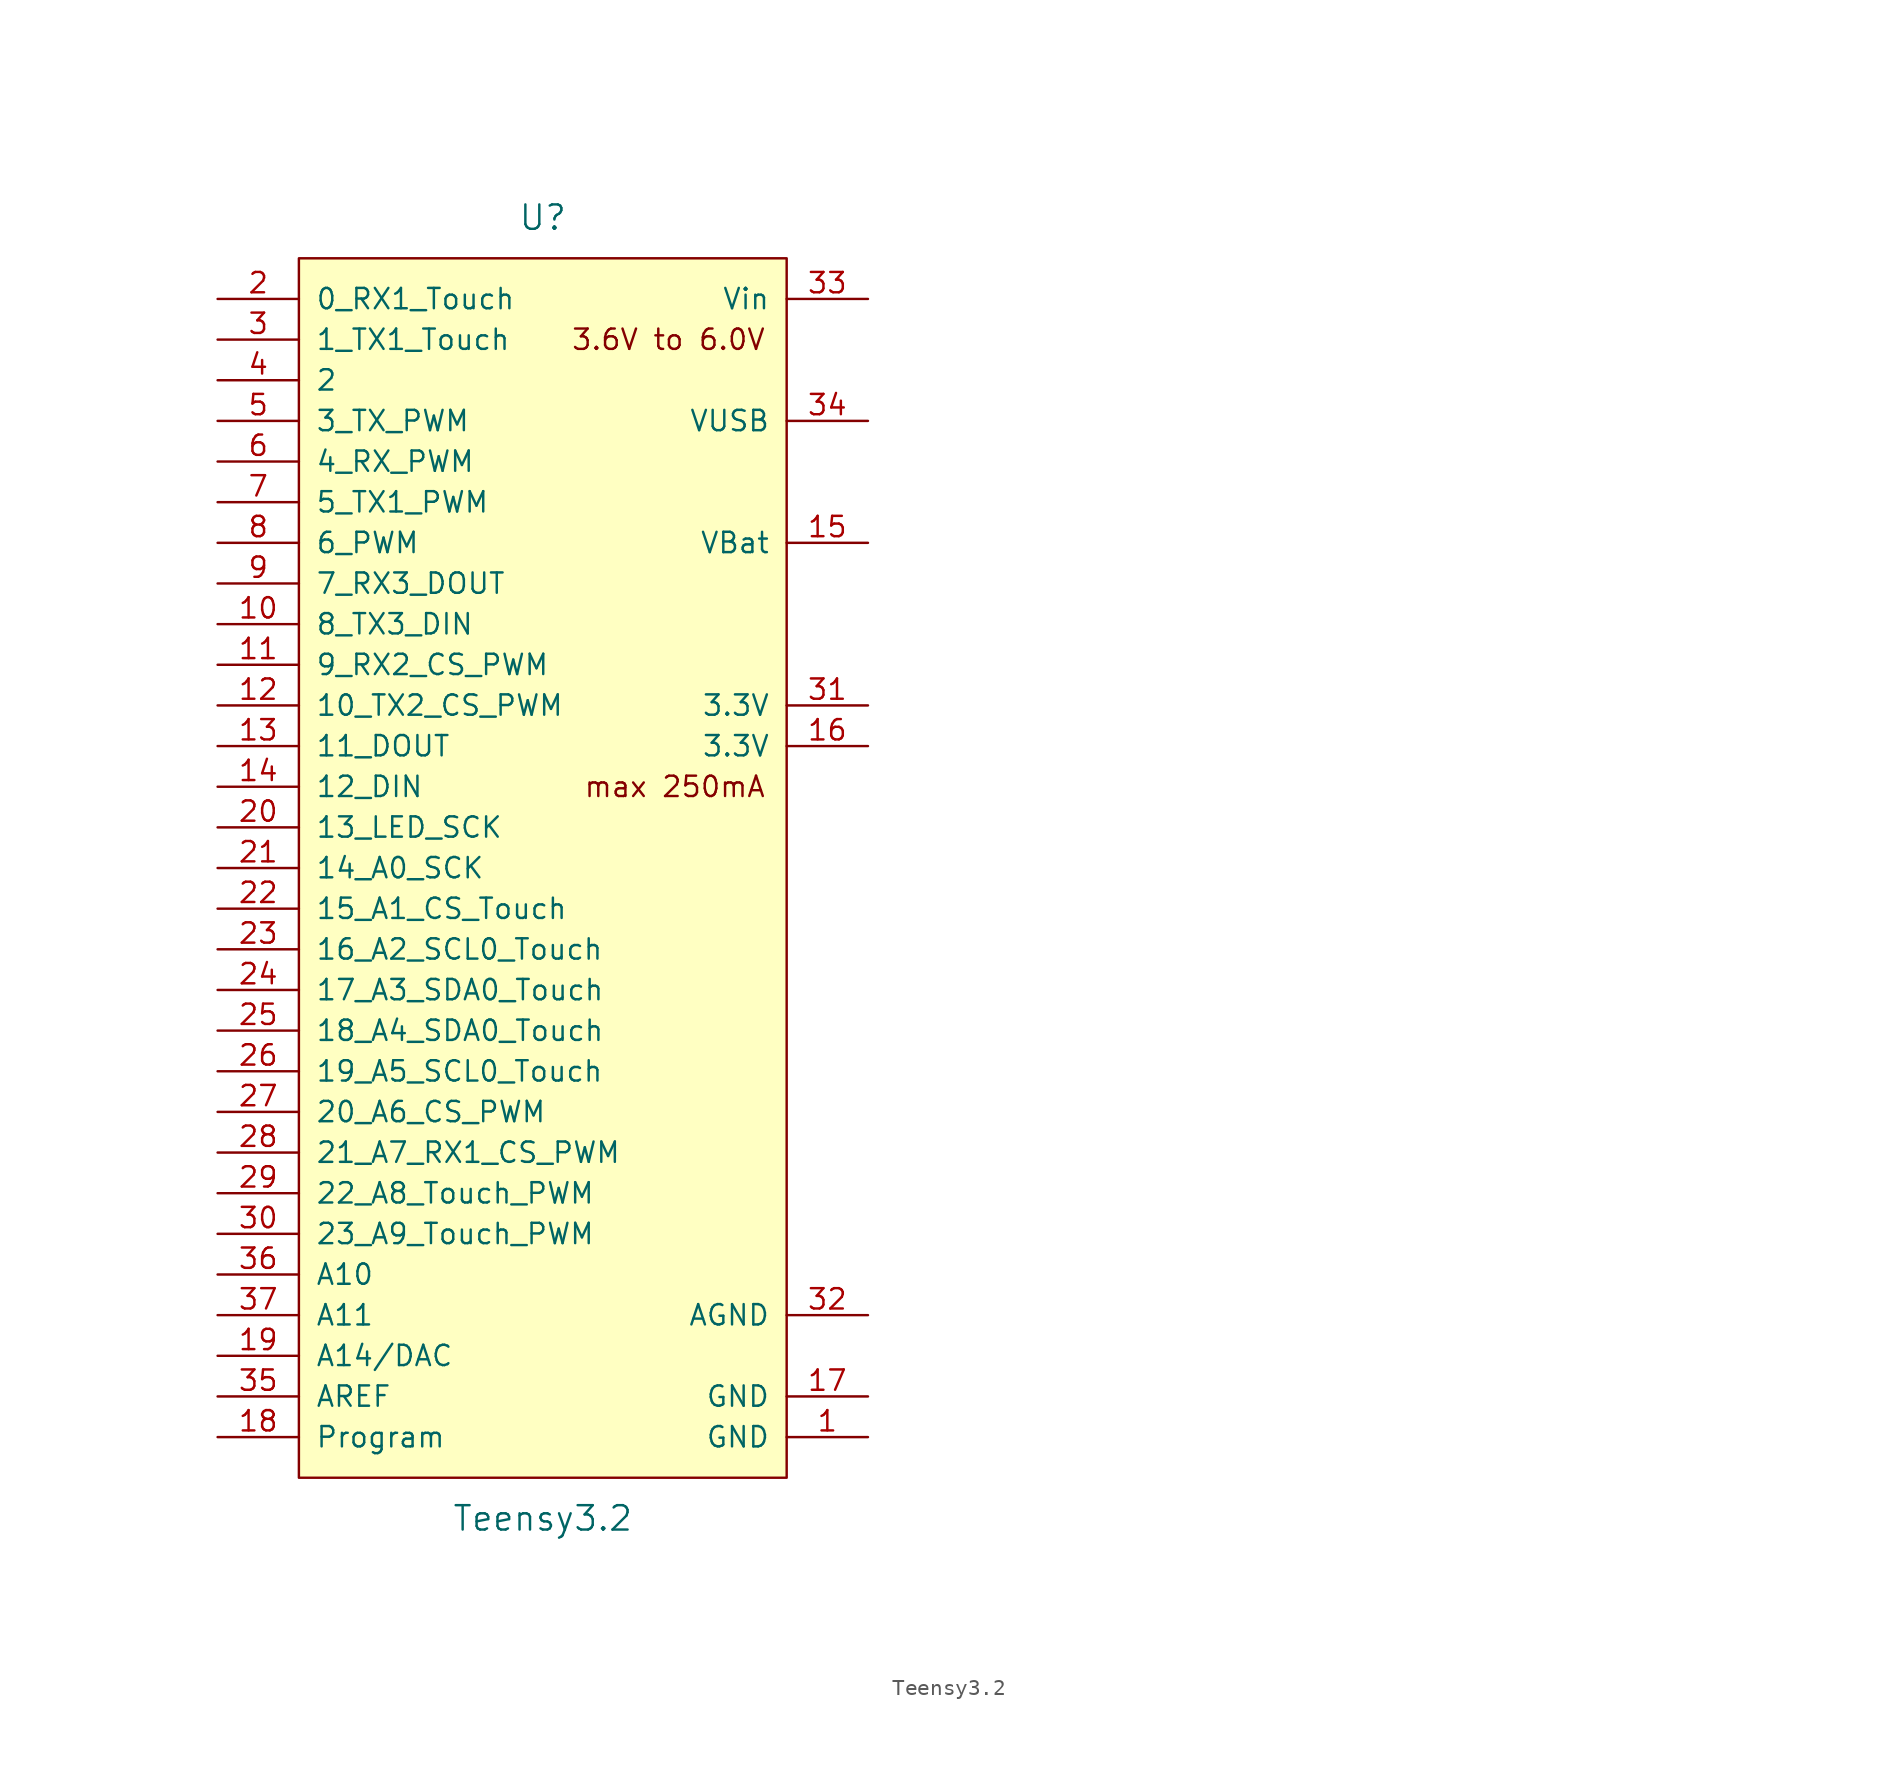
<source format=kicad_sym>
(kicad_symbol_lib
  (version 20211014)
  (generator kicad_symbol_editor)
  (symbol "Teensy3.2"
    (pin_names
      (offset 1.016))
    (property "Reference" "U"
      (at 15.24 5.08 0)
      (effects (font (size 1.524 1.524))))
    (property "Value" "Teensy3.2"
      (at 15.24 -76.2 0)
      (effects (font (size 1.524 1.524))))
    (property "Footprint" ""
      (at 86.36 -29.21 0)
      (effects (font (size 1.524 1.524))))
    (property "Datasheet" ""
      (at 86.36 -29.21 0)
      (effects (font (size 1.524 1.524))))
    (symbol "Teensy3.2_0_0"
      (rectangle (start 0 2.54) (end 30.48 -73.66) (stroke (width 0) (type default) (color 0 0 0 0)) (fill (type background)))
      (text "3.6V to 6.0V" (at 29.21 -2.54 0) (effects (font (size 1.27 1.27)) (justify right)))
      (text "max 250mA" (at 29.21 -30.48 0) (effects (font (size 1.27 1.27)) (justify right))))
    (symbol "Teensy3.2_1_1"
      (pin power_in line (at 35.56 -71.12 180) (length 5.08) (name "GND" (effects (font (size 1.27 1.27)))) (number "1" (effects (font (size 1.27 1.27)))))
      (pin bidirectional line (at -5.08 -20.32 0) (length 5.08) (name "8_TX3_DIN" (effects (font (size 1.27 1.27)))) (number "10" (effects (font (size 1.27 1.27)))))
      (pin bidirectional line (at -5.08 -22.86 0) (length 5.08) (name "9_RX2_CS_PWM" (effects (font (size 1.27 1.27)))) (number "11" (effects (font (size 1.27 1.27)))))
      (pin bidirectional line (at -5.08 -25.4 0) (length 5.08) (name "10_TX2_CS_PWM" (effects (font (size 1.27 1.27)))) (number "12" (effects (font (size 1.27 1.27)))))
      (pin bidirectional line (at -5.08 -27.94 0) (length 5.08) (name "11_DOUT" (effects (font (size 1.27 1.27)))) (number "13" (effects (font (size 1.27 1.27)))))
      (pin bidirectional line (at -5.08 -30.48 0) (length 5.08) (name "12_DIN" (effects (font (size 1.27 1.27)))) (number "14" (effects (font (size 1.27 1.27)))))
      (pin power_in line (at 35.56 -15.24 180) (length 5.08) (name "VBat" (effects (font (size 1.27 1.27)))) (number "15" (effects (font (size 1.27 1.27)))))
      (pin passive line (at 35.56 -27.94 180) (length 5.08) (name "3.3V" (effects (font (size 1.27 1.27)))) (number "16" (effects (font (size 1.27 1.27)))))
      (pin power_in line (at 35.56 -68.58 180) (length 5.08) (name "GND" (effects (font (size 1.27 1.27)))) (number "17" (effects (font (size 1.27 1.27)))))
      (pin input line (at -5.08 -71.12 0) (length 5.08) (name "Program" (effects (font (size 1.27 1.27)))) (number "18" (effects (font (size 1.27 1.27)))))
      (pin bidirectional line (at -5.08 -66.04 0) (length 5.08) (name "A14/DAC" (effects (font (size 1.27 1.27)))) (number "19" (effects (font (size 1.27 1.27)))))
      (pin bidirectional line (at -5.08 0 0) (length 5.08) (name "0_RX1_Touch" (effects (font (size 1.27 1.27)))) (number "2" (effects (font (size 1.27 1.27)))))
      (pin bidirectional line (at -5.08 -33.02 0) (length 5.08) (name "13_LED_SCK" (effects (font (size 1.27 1.27)))) (number "20" (effects (font (size 1.27 1.27)))))
      (pin bidirectional line (at -5.08 -35.56 0) (length 5.08) (name "14_A0_SCK" (effects (font (size 1.27 1.27)))) (number "21" (effects (font (size 1.27 1.27)))))
      (pin bidirectional line (at -5.08 -38.1 0) (length 5.08) (name "15_A1_CS_Touch" (effects (font (size 1.27 1.27)))) (number "22" (effects (font (size 1.27 1.27)))))
      (pin bidirectional line (at -5.08 -40.64 0) (length 5.08) (name "16_A2_SCL0_Touch" (effects (font (size 1.27 1.27)))) (number "23" (effects (font (size 1.27 1.27)))))
      (pin bidirectional line (at -5.08 -43.18 0) (length 5.08) (name "17_A3_SDA0_Touch" (effects (font (size 1.27 1.27)))) (number "24" (effects (font (size 1.27 1.27)))))
      (pin bidirectional line (at -5.08 -45.72 0) (length 5.08) (name "18_A4_SDA0_Touch" (effects (font (size 1.27 1.27)))) (number "25" (effects (font (size 1.27 1.27)))))
      (pin bidirectional line (at -5.08 -48.26 0) (length 5.08) (name "19_A5_SCL0_Touch" (effects (font (size 1.27 1.27)))) (number "26" (effects (font (size 1.27 1.27)))))
      (pin bidirectional line (at -5.08 -50.8 0) (length 5.08) (name "20_A6_CS_PWM" (effects (font (size 1.27 1.27)))) (number "27" (effects (font (size 1.27 1.27)))))
      (pin bidirectional line (at -5.08 -53.34 0) (length 5.08) (name "21_A7_RX1_CS_PWM" (effects (font (size 1.27 1.27)))) (number "28" (effects (font (size 1.27 1.27)))))
      (pin bidirectional line (at -5.08 -55.88 0) (length 5.08) (name "22_A8_Touch_PWM" (effects (font (size 1.27 1.27)))) (number "29" (effects (font (size 1.27 1.27)))))
      (pin bidirectional line (at -5.08 -2.54 0) (length 5.08) (name "1_TX1_Touch" (effects (font (size 1.27 1.27)))) (number "3" (effects (font (size 1.27 1.27)))))
      (pin bidirectional line (at -5.08 -58.42 0) (length 5.08) (name "23_A9_Touch_PWM" (effects (font (size 1.27 1.27)))) (number "30" (effects (font (size 1.27 1.27)))))
      (pin power_out line (at 35.56 -25.4 180) (length 5.08) (name "3.3V" (effects (font (size 1.27 1.27)))) (number "31" (effects (font (size 1.27 1.27)))))
      (pin passive line (at 35.56 -63.5 180) (length 5.08) (name "AGND" (effects (font (size 1.27 1.27)))) (number "32" (effects (font (size 1.27 1.27)))))
      (pin power_in line (at 35.56 0 180) (length 5.08) (name "Vin" (effects (font (size 1.27 1.27)))) (number "33" (effects (font (size 1.27 1.27)))))
      (pin power_in line (at 35.56 -7.62 180) (length 5.08) (name "VUSB" (effects (font (size 1.27 1.27)))) (number "34" (effects (font (size 1.27 1.27)))))
      (pin input line (at -5.08 -68.58 0) (length 5.08) (name "AREF" (effects (font (size 1.27 1.27)))) (number "35" (effects (font (size 1.27 1.27)))))
      (pin bidirectional line (at -5.08 -60.96 0) (length 5.08) (name "A10" (effects (font (size 1.27 1.27)))) (number "36" (effects (font (size 1.27 1.27)))))
      (pin bidirectional line (at -5.08 -63.5 0) (length 5.08) (name "A11" (effects (font (size 1.27 1.27)))) (number "37" (effects (font (size 1.27 1.27)))))
      (pin bidirectional line (at -5.08 -5.08 0) (length 5.08) (name "2" (effects (font (size 1.27 1.27)))) (number "4" (effects (font (size 1.27 1.27)))))
      (pin bidirectional line (at -5.08 -7.62 0) (length 5.08) (name "3_TX_PWM" (effects (font (size 1.27 1.27)))) (number "5" (effects (font (size 1.27 1.27)))))
      (pin bidirectional line (at -5.08 -10.16 0) (length 5.08) (name "4_RX_PWM" (effects (font (size 1.27 1.27)))) (number "6" (effects (font (size 1.27 1.27)))))
      (pin bidirectional line (at -5.08 -12.7 0) (length 5.08) (name "5_TX1_PWM" (effects (font (size 1.27 1.27)))) (number "7" (effects (font (size 1.27 1.27)))))
      (pin bidirectional line (at -5.08 -15.24 0) (length 5.08) (name "6_PWM" (effects (font (size 1.27 1.27)))) (number "8" (effects (font (size 1.27 1.27)))))
      (pin bidirectional line (at -5.08 -17.78 0) (length 5.08) (name "7_RX3_DOUT" (effects (font (size 1.27 1.27)))) (number "9" (effects (font (size 1.27 1.27))))))))
</source>
